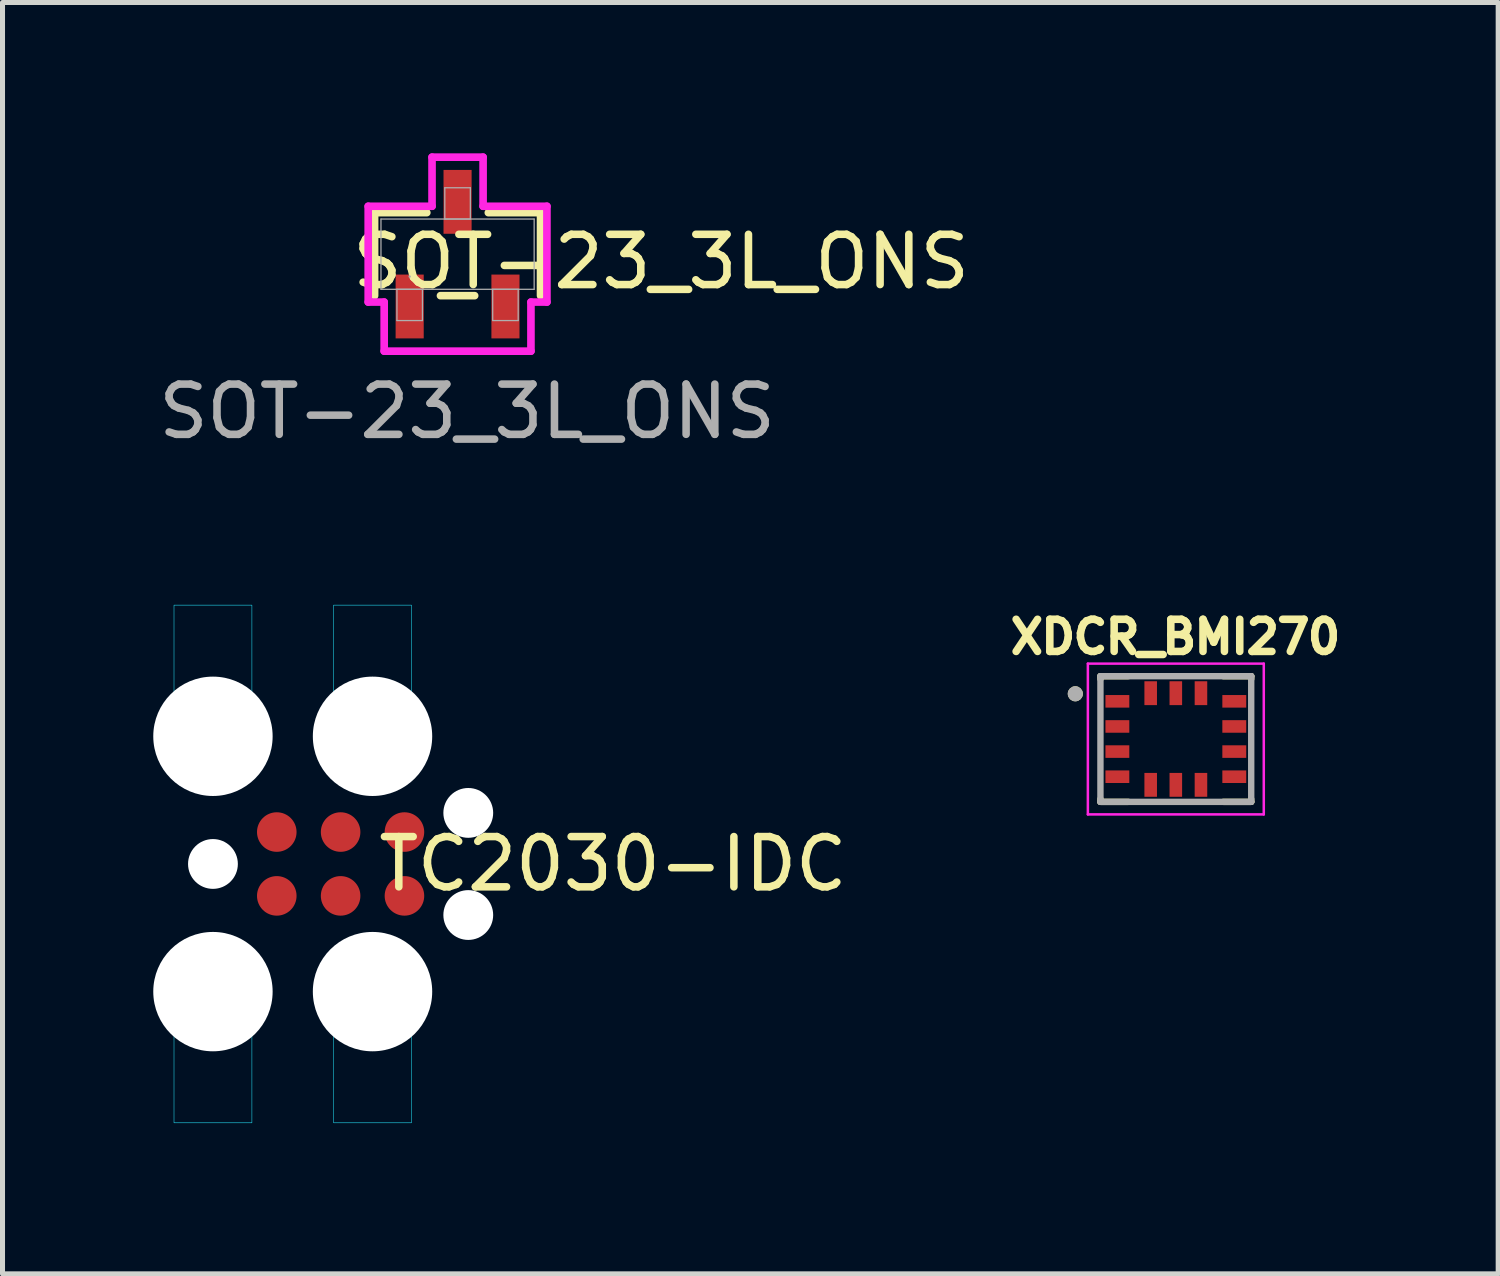
<source format=kicad_pcb>
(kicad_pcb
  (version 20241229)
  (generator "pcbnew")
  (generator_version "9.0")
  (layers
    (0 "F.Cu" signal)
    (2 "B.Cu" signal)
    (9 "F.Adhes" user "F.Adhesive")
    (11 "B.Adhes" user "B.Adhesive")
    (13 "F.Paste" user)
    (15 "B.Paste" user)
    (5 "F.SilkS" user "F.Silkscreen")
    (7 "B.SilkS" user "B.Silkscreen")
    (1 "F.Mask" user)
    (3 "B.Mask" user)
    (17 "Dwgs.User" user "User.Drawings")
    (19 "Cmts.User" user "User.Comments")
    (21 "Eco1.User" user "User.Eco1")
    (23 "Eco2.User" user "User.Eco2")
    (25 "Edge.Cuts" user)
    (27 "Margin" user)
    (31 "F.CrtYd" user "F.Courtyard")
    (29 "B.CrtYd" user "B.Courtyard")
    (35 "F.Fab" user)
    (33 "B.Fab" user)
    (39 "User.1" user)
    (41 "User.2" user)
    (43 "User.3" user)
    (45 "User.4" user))
  (footprint "XDCR_BMI270"
    (layer "F.Cu")
    (at 20.345 11.654)
    (property "Reference" "XDCR_BMI270" (at -0.008 -2.031 0) (layer "F.SilkS") (effects (font (size 0.64 0.64) (thickness 0.15))))
    (attr smd)
    (fp_line (start -1.5 -1.25) (end -1.5 -1.195) (stroke (width 0.127) (type solid)) (layer "F.SilkS"))
    (fp_line (start -1.5 -1.25) (end -0.945 -1.25) (stroke (width 0.127) (type solid)) (layer "F.SilkS"))
    (fp_line (start -1.5 1.195) (end -1.5 1.25) (stroke (width 0.127) (type solid)) (layer "F.SilkS"))
    (fp_line (start -1.5 1.25) (end -0.945 1.25) (stroke (width 0.127) (type solid)) (layer "F.SilkS"))
    (fp_line (start 0.945 -1.25) (end 1.5 -1.25) (stroke (width 0.127) (type solid)) (layer "F.SilkS"))
    (fp_line (start 0.945 1.25) (end 1.5 1.25) (stroke (width 0.127) (type solid)) (layer "F.SilkS"))
    (fp_line (start 1.5 -1.25) (end 1.5 -1.195) (stroke (width 0.127) (type solid)) (layer "F.SilkS"))
    (fp_line (start 1.5 1.195) (end 1.5 1.25) (stroke (width 0.127) (type solid)) (layer "F.SilkS"))
    (fp_circle (center -2 -0.9) (end -1.925 -0.9) (stroke (width 0.15) (type solid)) (fill no) (layer "F.SilkS"))
    (fp_line (start -1.75 -1.5) (end 1.75 -1.5) (stroke (width 0.05) (type solid)) (layer "F.CrtYd"))
    (fp_line (start -1.75 1.5) (end -1.75 -1.5) (stroke (width 0.05) (type solid)) (layer "F.CrtYd"))
    (fp_line (start 1.75 -1.5) (end 1.75 1.5) (stroke (width 0.05) (type solid)) (layer "F.CrtYd"))
    (fp_line (start 1.75 1.5) (end -1.75 1.5) (stroke (width 0.05) (type solid)) (layer "F.CrtYd"))
    (fp_line (start -1.5 -1.25) (end -1.5 1.25) (stroke (width 0.127) (type solid)) (layer "F.Fab"))
    (fp_line (start -1.5 1.25) (end 1.5 1.25) (stroke (width 0.127) (type solid)) (layer "F.Fab"))
    (fp_line (start 1.5 -1.25) (end -1.5 -1.25) (stroke (width 0.127) (type solid)) (layer "F.Fab"))
    (fp_line (start 1.5 1.25) (end 1.5 -1.25) (stroke (width 0.127) (type solid)) (layer "F.Fab"))
    (fp_circle (center -2 -0.9) (end -1.925 -0.9) (stroke (width 0.15) (type solid)) (fill no) (layer "F.Fab"))
    (pad "1" smd rect (at -1.163 -0.75) (size 0.475 0.25) (layers "F.Cu" "F.Mask" "F.Paste"))
    (pad "2" smd rect (at -1.163 -0.25) (size 0.475 0.25) (layers "F.Cu" "F.Mask" "F.Paste"))
    (pad "3" smd rect (at -1.163 0.25) (size 0.475 0.25) (layers "F.Cu" "F.Mask" "F.Paste"))
    (pad "4" smd rect (at -1.163 0.75) (size 0.475 0.25) (layers "F.Cu" "F.Mask" "F.Paste"))
    (pad "5" smd rect (at -0.5 0.912) (size 0.25 0.475) (layers "F.Cu" "F.Mask" "F.Paste"))
    (pad "6" smd rect (at 0 0.912) (size 0.25 0.475) (layers "F.Cu" "F.Mask" "F.Paste"))
    (pad "7" smd rect (at 0.5 0.912) (size 0.25 0.475) (layers "F.Cu" "F.Mask" "F.Paste"))
    (pad "8" smd rect (at 1.163 0.75) (size 0.475 0.25) (layers "F.Cu" "F.Mask" "F.Paste"))
    (pad "9" smd rect (at 1.163 0.25) (size 0.475 0.25) (layers "F.Cu" "F.Mask" "F.Paste"))
    (pad "10" smd rect (at 1.163 -0.25) (size 0.475 0.25) (layers "F.Cu" "F.Mask" "F.Paste"))
    (pad "11" smd rect (at 1.163 -0.75) (size 0.475 0.25) (layers "F.Cu" "F.Mask" "F.Paste"))
    (pad "12" smd rect (at 0.5 -0.912) (size 0.25 0.475) (layers "F.Cu" "F.Mask" "F.Paste"))
    (pad "13" smd rect (at 0 -0.912) (size 0.25 0.475) (layers "F.Cu" "F.Mask" "F.Paste"))
    (pad "14" smd rect (at -0.5 -0.912) (size 0.25 0.475) (layers "F.Cu" "F.Mask" "F.Paste")))
  (footprint "TC2030-IDC"
    (layer "F.Cu")
    (at 3.727 14.14)
    (property "Reference" "TC2030-IDC" (at 5.42 0 180) (layer "F.SilkS") (effects (font (size 1 1) (thickness 0.15))))
    (attr through_hole)
    (fp_poly (pts (xy -3.315 -5.15) (xy -1.765 -5.15) (xy -1.765 -2.54) (xy -3.315 -2.54)) (stroke (width 0.01) (type solid)) (fill no) (layer "B.CrtYd"))
    (fp_poly (pts (xy -3.315 2.54) (xy -1.765 2.54) (xy -1.765 5.15) (xy -3.315 5.15)) (stroke (width 0.01) (type solid)) (fill no) (layer "B.CrtYd"))
    (fp_poly (pts (xy -0.14 -5.15) (xy 1.41 -5.15) (xy 1.41 -2.54) (xy -0.14 -2.54)) (stroke (width 0.01) (type solid)) (fill no) (layer "B.CrtYd"))
    (fp_poly (pts (xy -0.14 2.54) (xy 1.41 2.54) (xy 1.41 5.15) (xy -0.14 5.15)) (stroke (width 0.01) (type solid)) (fill no) (layer "B.CrtYd"))
    (pad "" np_thru_hole circle (at -2.54 -2.54) (size 2.375 2.375) (drill 2.375) (layers "*.Cu" "*.Mask"))
    (pad "" np_thru_hole circle (at -2.54 0) (size 0.991 0.991) (drill 0.991) (layers "*.Cu" "*.Mask"))
    (pad "" np_thru_hole circle (at -2.54 2.54) (size 2.375 2.375) (drill 2.375) (layers "*.Cu" "*.Mask"))
    (pad "" np_thru_hole circle (at 0.635 -2.54) (size 2.375 2.375) (drill 2.375) (layers "*.Cu" "*.Mask"))
    (pad "" np_thru_hole circle (at 0.635 2.54) (size 2.375 2.375) (drill 2.375) (layers "*.Cu" "*.Mask"))
    (pad "" np_thru_hole circle (at 2.54 -1.016) (size 0.991 0.991) (drill 0.991) (layers "*.Cu" "*.Mask"))
    (pad "" np_thru_hole circle (at 2.54 1.016) (size 0.991 0.991) (drill 0.991) (layers "*.Cu" "*.Mask"))
    (pad "1" smd circle (at -1.27 0.635) (size 0.787 0.787) (layers "F.Cu" "F.Mask" "F.Paste"))
    (pad "2" smd circle (at -1.27 -0.635) (size 0.787 0.787) (layers "F.Cu" "F.Mask" "F.Paste"))
    (pad "3" smd circle (at 0 0.635) (size 0.787 0.787) (layers "F.Cu" "F.Mask" "F.Paste"))
    (pad "4" smd circle (at 0 -0.635) (size 0.787 0.787) (layers "F.Cu" "F.Mask" "F.Paste"))
    (pad "5" smd circle (at 1.27 0.635) (size 0.787 0.787) (layers "F.Cu" "F.Mask" "F.Paste"))
    (pad "6" smd circle (at 1.27 -0.635) (size 0.787 0.787) (layers "F.Cu" "F.Mask" "F.Paste"))
    (zone (net_name "") (layer "F.Cu") (hatch full 0.508) (connect_pads) (min_thickness 0.01) (filled_areas_thickness no) (keepout (tracks not_allowed) (vias not_allowed) (pads not_allowed) (copperpour not_allowed) (footprints allowed)) (placement (enabled no)) (fill) (polygon (pts (xy 2.457 13.505) (xy 4.997 13.505) (xy 4.997 14.775) (xy 2.457 14.775)))))
  (footprint "SOT-23_3L_ONS"
    (layer "F.Cu")
    (at 6.054 2.007)
    (property "Reference" "SOT-23_3L_ONS" (at 4.05 0.15 0) (unlocked yes) (layer "F.SilkS") (effects (font (size 1 1) (thickness 0.15))))
    (attr smd)
    (fp_line (start -1.651 -0.826) (end -1.651 0.826) (stroke (width 0.152) (type solid)) (layer "F.SilkS"))
    (fp_line (start -0.612 -0.826) (end -1.651 -0.826) (stroke (width 0.152) (type solid)) (layer "F.SilkS"))
    (fp_line (start -0.34 0.826) (end 0.34 0.826) (stroke (width 0.152) (type solid)) (layer "F.SilkS"))
    (fp_line (start 1.651 -0.826) (end 0.612 -0.826) (stroke (width 0.152) (type solid)) (layer "F.SilkS"))
    (fp_line (start 1.651 0.826) (end 1.651 -0.826) (stroke (width 0.152) (type solid)) (layer "F.SilkS"))
    (fp_line (start -1.778 -0.953) (end -0.508 -0.953) (stroke (width 0.152) (type solid)) (layer "F.CrtYd"))
    (fp_line (start -1.778 0.953) (end -1.778 -0.953) (stroke (width 0.152) (type solid)) (layer "F.CrtYd"))
    (fp_line (start -1.778 0.953) (end -1.46 0.953) (stroke (width 0.152) (type solid)) (layer "F.CrtYd"))
    (fp_line (start -1.46 0.953) (end -1.46 1.93) (stroke (width 0.152) (type solid)) (layer "F.CrtYd"))
    (fp_line (start -1.46 1.93) (end 1.46 1.93) (stroke (width 0.152) (type solid)) (layer "F.CrtYd"))
    (fp_line (start -0.508 -1.93) (end 0.508 -1.93) (stroke (width 0.152) (type solid)) (layer "F.CrtYd"))
    (fp_line (start -0.508 -0.953) (end -0.508 -1.93) (stroke (width 0.152) (type solid)) (layer "F.CrtYd"))
    (fp_line (start 0.508 -0.953) (end 0.508 -1.93) (stroke (width 0.152) (type solid)) (layer "F.CrtYd"))
    (fp_line (start 1.46 0.953) (end 1.46 1.93) (stroke (width 0.152) (type solid)) (layer "F.CrtYd"))
    (fp_line (start 1.778 -0.953) (end 0.508 -0.953) (stroke (width 0.152) (type solid)) (layer "F.CrtYd"))
    (fp_line (start 1.778 -0.953) (end 1.778 0.953) (stroke (width 0.152) (type solid)) (layer "F.CrtYd"))
    (fp_line (start 1.778 0.953) (end 1.46 0.953) (stroke (width 0.152) (type solid)) (layer "F.CrtYd"))
    (fp_line (start -1.524 -0.699) (end -1.524 0.699) (stroke (width 0.025) (type solid)) (layer "F.Fab"))
    (fp_line (start -1.524 0.699) (end 1.524 0.699) (stroke (width 0.025) (type solid)) (layer "F.Fab"))
    (fp_line (start -1.206 0.699) (end -1.206 1.321) (stroke (width 0.025) (type solid)) (layer "F.Fab"))
    (fp_line (start -1.206 1.321) (end -0.699 1.321) (stroke (width 0.025) (type solid)) (layer "F.Fab"))
    (fp_line (start -0.699 0.699) (end -1.206 0.699) (stroke (width 0.025) (type solid)) (layer "F.Fab"))
    (fp_line (start -0.699 1.321) (end -0.699 0.699) (stroke (width 0.025) (type solid)) (layer "F.Fab"))
    (fp_line (start -0.254 -1.321) (end -0.254 -0.699) (stroke (width 0.025) (type solid)) (layer "F.Fab"))
    (fp_line (start -0.254 -0.699) (end 0.254 -0.699) (stroke (width 0.025) (type solid)) (layer "F.Fab"))
    (fp_line (start 0.254 -1.321) (end -0.254 -1.321) (stroke (width 0.025) (type solid)) (layer "F.Fab"))
    (fp_line (start 0.254 -0.699) (end 0.254 -1.321) (stroke (width 0.025) (type solid)) (layer "F.Fab"))
    (fp_line (start 0.699 0.699) (end 0.699 1.321) (stroke (width 0.025) (type solid)) (layer "F.Fab"))
    (fp_line (start 0.699 1.321) (end 1.206 1.321) (stroke (width 0.025) (type solid)) (layer "F.Fab"))
    (fp_line (start 1.206 0.699) (end 0.699 0.699) (stroke (width 0.025) (type solid)) (layer "F.Fab"))
    (fp_line (start 1.206 1.321) (end 1.206 0.699) (stroke (width 0.025) (type solid)) (layer "F.Fab"))
    (fp_line (start 1.524 -0.699) (end -1.524 -0.699) (stroke (width 0.025) (type solid)) (layer "F.Fab"))
    (fp_line (start 1.524 0.699) (end 1.524 -0.699) (stroke (width 0.025) (type solid)) (layer "F.Fab"))
    (fp_circle (center -0.953 0.445) (end -0.953 0.445) (stroke (width 0.025) (type solid)) (fill no) (layer "F.Fab"))
    (fp_text user "${REFERENCE}" (at 0.19 3.13 0) (unlocked yes) (layer "F.Fab") (effects (font (size 1 1) (thickness 0.15))))
    (pad "1" smd rect (at -0.953 1.041) (size 0.559 1.27) (layers "F.Cu" "F.Mask" "F.Paste"))
    (pad "2" smd rect (at 0.953 1.041) (size 0.559 1.27) (layers "F.Cu" "F.Mask" "F.Paste"))
    (pad "3" smd rect (at 0 -1.041) (size 0.559 1.27) (layers "F.Cu" "F.Mask" "F.Paste")))
  (gr_rect
    (start -3 -3)
    (end 26.759 22.295)
    (stroke (width 0.1) (type default))
    (fill no)
    (layer "Edge.Cuts")))
</source>
